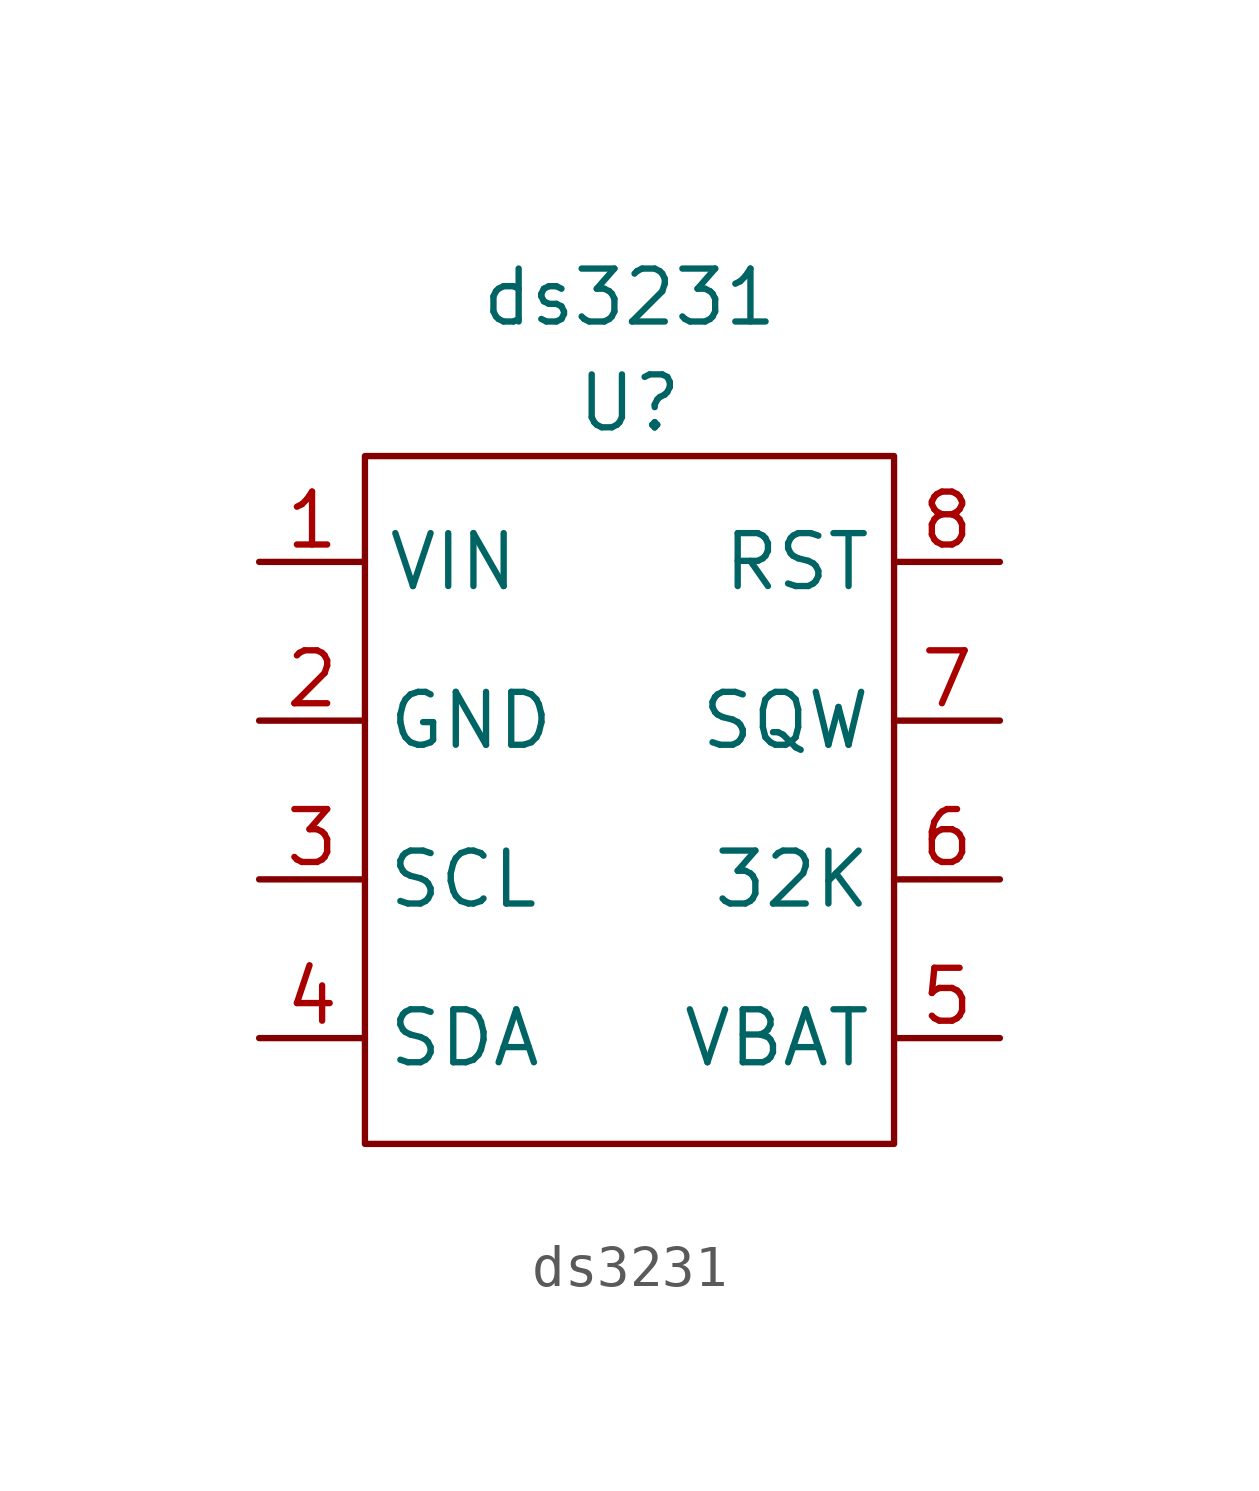
<source format=kicad_sym>
(kicad_symbol_lib
  (version 20211014)
  (generator kicad_symbol_editor)
  (symbol "ds3231"
    (property "Reference" "U"
      (at 0 0 0)
      (effects (font (size 1.27 1.27))))
    (property "Value" "ds3231"
      (at 0 2.54 0)
      (effects (font (size 1.27 1.27))))
    (symbol "ds3231_0_1"
      (rectangle (start -6.35 -1.27) (end 6.35 -17.78) (stroke (width 0) (type default) (color 0 0 0 0)) (fill (type none))))
    (symbol "ds3231_1_1"
      (pin input line (at -8.89 -3.81 0) (length 2.54) (name "VIN" (effects (font (size 1.27 1.27)))) (number "1" (effects (font (size 1.27 1.27)))))
      (pin input line (at -8.89 -7.62 0) (length 2.54) (name "GND" (effects (font (size 1.27 1.27)))) (number "2" (effects (font (size 1.27 1.27)))))
      (pin input line (at -8.89 -11.43 0) (length 2.54) (name "SCL" (effects (font (size 1.27 1.27)))) (number "3" (effects (font (size 1.27 1.27)))))
      (pin input line (at -8.89 -15.24 0) (length 2.54) (name "SDA" (effects (font (size 1.27 1.27)))) (number "4" (effects (font (size 1.27 1.27)))))
      (pin input line (at 8.89 -15.24 180) (length 2.54) (name "VBAT" (effects (font (size 1.27 1.27)))) (number "5" (effects (font (size 1.27 1.27)))))
      (pin input line (at 8.89 -11.43 180) (length 2.54) (name "32K" (effects (font (size 1.27 1.27)))) (number "6" (effects (font (size 1.27 1.27)))))
      (pin input line (at 8.89 -7.62 180) (length 2.54) (name "SQW" (effects (font (size 1.27 1.27)))) (number "7" (effects (font (size 1.27 1.27)))))
      (pin input line (at 8.89 -3.81 180) (length 2.54) (name "RST" (effects (font (size 1.27 1.27)))) (number "8" (effects (font (size 1.27 1.27))))))))
</source>
